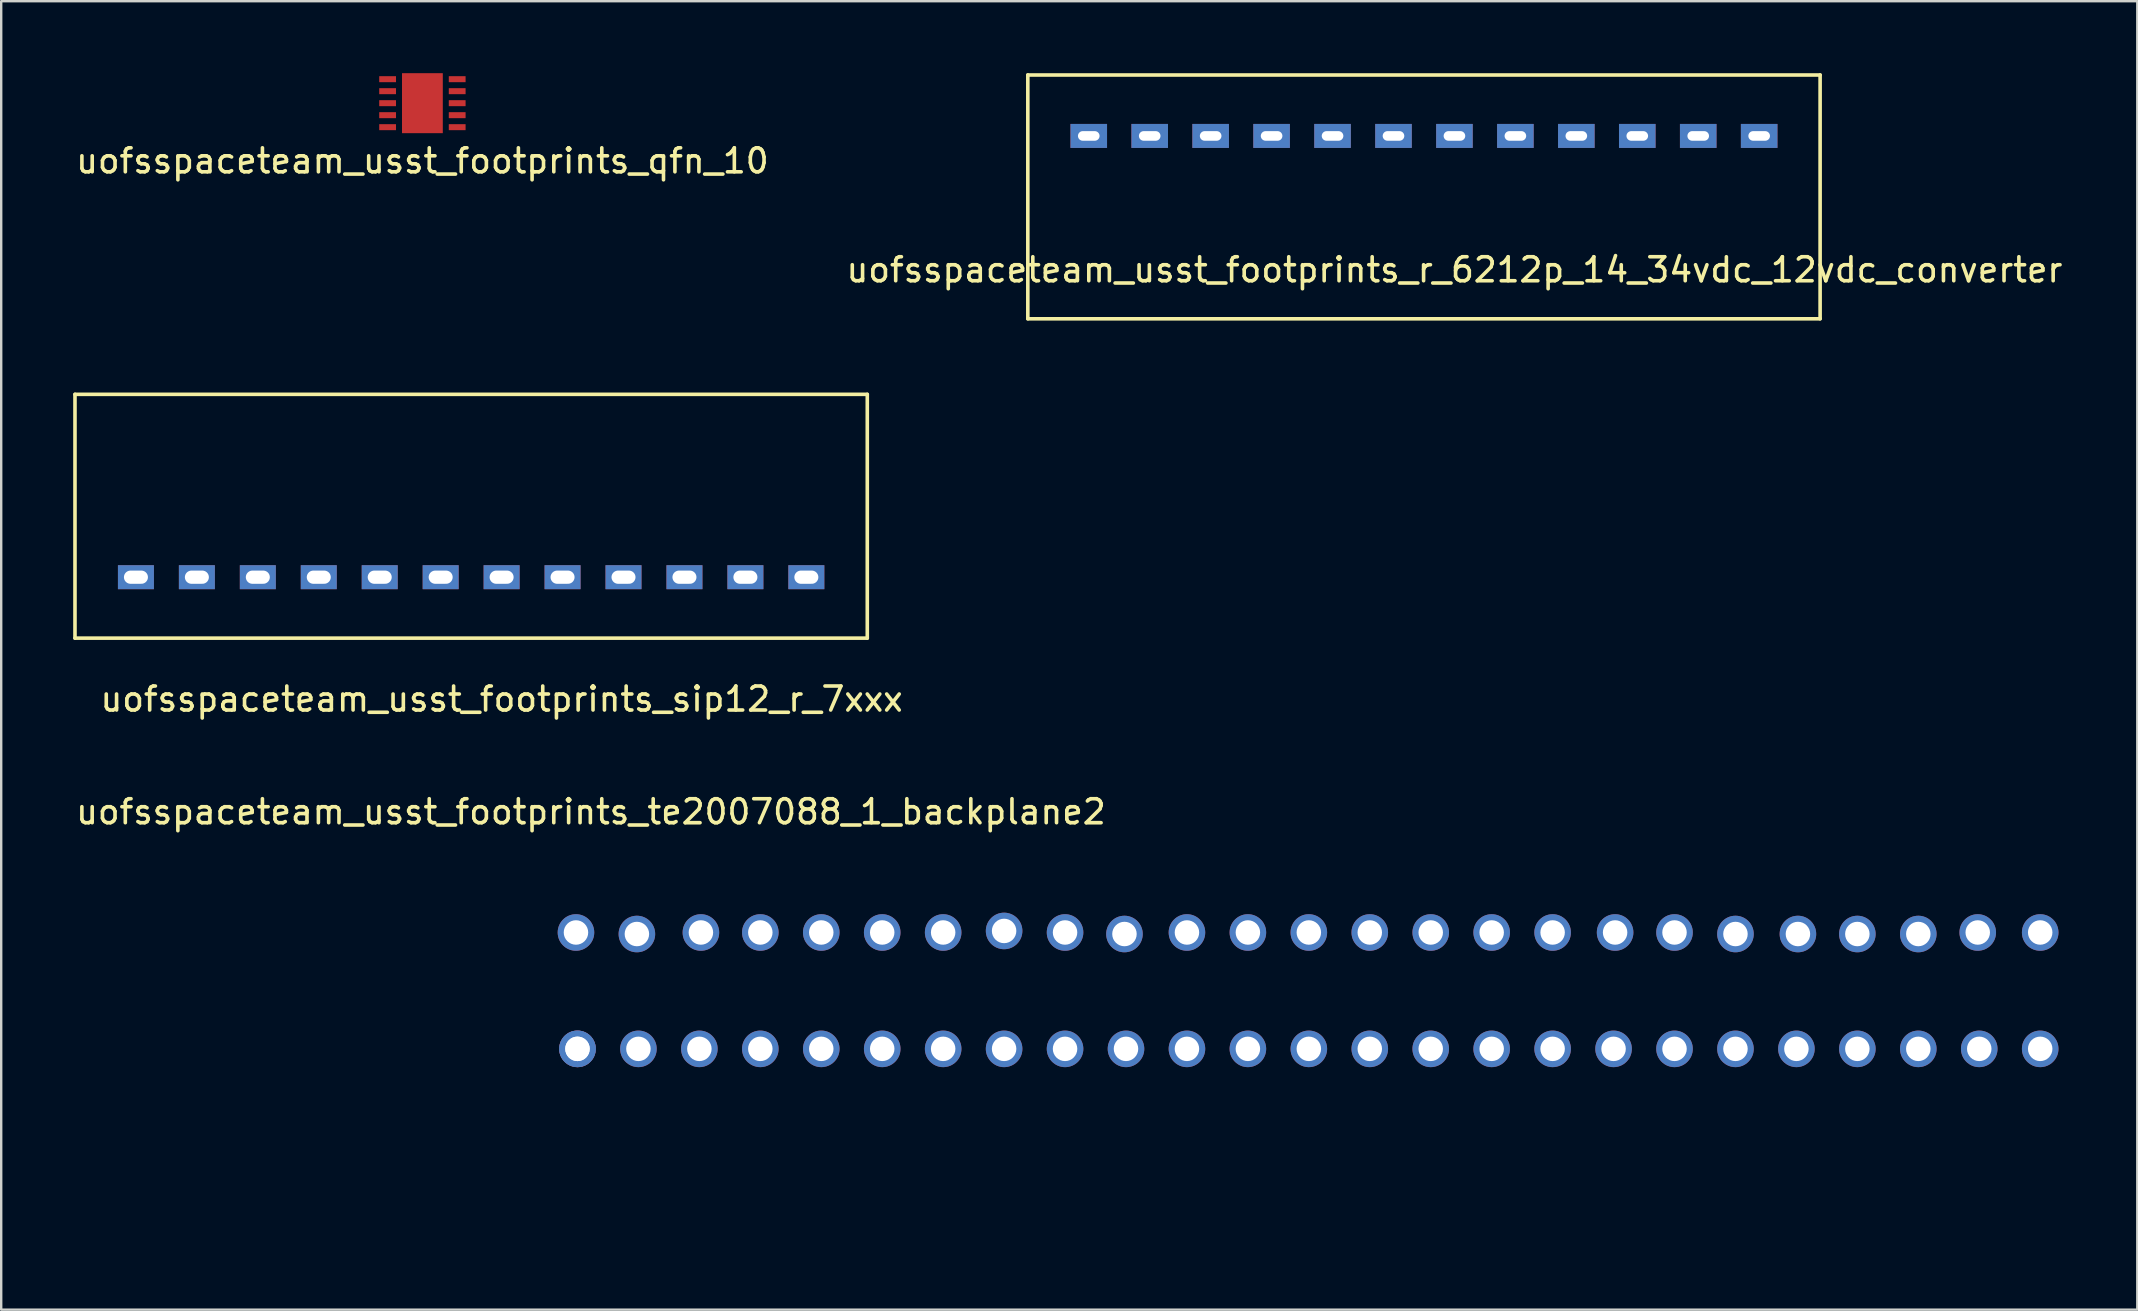
<source format=kicad_pcb>
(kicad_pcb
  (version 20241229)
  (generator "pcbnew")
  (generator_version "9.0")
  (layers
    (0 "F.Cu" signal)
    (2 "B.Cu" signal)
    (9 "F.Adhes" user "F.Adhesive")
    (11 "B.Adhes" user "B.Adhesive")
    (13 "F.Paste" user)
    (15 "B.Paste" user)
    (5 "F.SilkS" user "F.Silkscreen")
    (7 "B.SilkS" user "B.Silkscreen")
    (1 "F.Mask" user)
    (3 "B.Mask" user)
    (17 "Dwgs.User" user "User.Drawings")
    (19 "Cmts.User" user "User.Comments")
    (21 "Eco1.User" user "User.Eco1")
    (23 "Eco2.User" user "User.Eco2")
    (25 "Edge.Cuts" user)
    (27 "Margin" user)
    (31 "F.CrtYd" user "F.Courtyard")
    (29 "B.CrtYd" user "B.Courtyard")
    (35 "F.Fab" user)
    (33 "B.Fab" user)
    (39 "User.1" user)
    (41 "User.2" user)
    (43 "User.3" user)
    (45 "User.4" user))
  (footprint "uofsspaceteam_usst_footprints_te2007088_1_backplane2"
    (layer "F.Cu")
    (at 56.577 48.282)
    (property "Reference" "uofsspaceteam_usst_footprints_te2007088_1_backplane2" (at -35 -17.5 0) (layer "F.SilkS") (effects (font (size 1 1) (thickness 0.15))))
    (attr through_hole)
    (pad "1" thru_hole circle (at -35.623 -12.47) (size 1.524 1.524) (drill 1.02) (layers "*.Cu" "*.Mask"))
    (pad "1" thru_hole circle (at -33.084 -12.406) (size 1.524 1.524) (drill 1.02) (layers "*.Cu" "*.Mask"))
    (pad "1" thru_hole circle (at -30.416 -12.47) (size 1.524 1.524) (drill 1.02) (layers "*.Cu" "*.Mask"))
    (pad "2" thru_hole circle (at -27.94 -12.47) (size 1.524 1.524) (drill 1.02) (layers "*.Cu" "*.Mask"))
    (pad "2" thru_hole circle (at -25.4 -12.47) (size 1.524 1.524) (drill 1.02) (layers "*.Cu" "*.Mask"))
    (pad "2" thru_hole circle (at -22.86 -12.47) (size 1.524 1.524) (drill 1.02) (layers "*.Cu" "*.Mask"))
    (pad "3" thru_hole circle (at -20.32 -12.47) (size 1.524 1.524) (drill 1.02) (layers "*.Cu" "*.Mask"))
    (pad "3" thru_hole circle (at -17.78 -12.534) (size 1.524 1.524) (drill 1.02) (layers "*.Cu" "*.Mask"))
    (pad "3" thru_hole circle (at -15.24 -12.47) (size 1.524 1.524) (drill 1.02) (layers "*.Cu" "*.Mask"))
    (pad "4" thru_hole circle (at -12.764 -12.406) (size 1.524 1.524) (drill 1.02) (layers "*.Cu" "*.Mask"))
    (pad "4" thru_hole circle (at -10.16 -12.47) (size 1.524 1.524) (drill 1.02) (layers "*.Cu" "*.Mask"))
    (pad "4" thru_hole circle (at -7.62 -12.47) (size 1.524 1.524) (drill 1.02) (layers "*.Cu" "*.Mask"))
    (pad "5" thru_hole circle (at -5.08 -12.47) (size 1.524 1.524) (drill 1.02) (layers "*.Cu" "*.Mask"))
    (pad "5" thru_hole circle (at -2.54 -12.47) (size 1.524 1.524) (drill 1.02) (layers "*.Cu" "*.Mask"))
    (pad "5" thru_hole circle (at 0 -12.47) (size 1.524 1.524) (drill 1.02) (layers "*.Cu" "*.Mask"))
    (pad "6" thru_hole circle (at 2.54 -12.47) (size 1.524 1.524) (drill 1.02) (layers "*.Cu" "*.Mask"))
    (pad "7" thru_hole circle (at 5.08 -12.47) (size 1.524 1.524) (drill 1.02) (layers "*.Cu" "*.Mask"))
    (pad "8" thru_hole circle (at 7.684 -12.47) (size 1.524 1.524) (drill 1.02) (layers "*.Cu" "*.Mask"))
    (pad "9" thru_hole circle (at 10.16 -12.47) (size 1.524 1.524) (drill 1.02) (layers "*.Cu" "*.Mask"))
    (pad "10" thru_hole circle (at 12.7 -12.406) (size 1.524 1.524) (drill 1.02) (layers "*.Cu" "*.Mask"))
    (pad "11" thru_hole circle (at 15.303 -12.406) (size 1.524 1.524) (drill 1.02) (layers "*.Cu" "*.Mask"))
    (pad "12" thru_hole circle (at 17.78 -12.406) (size 1.524 1.524) (drill 1.02) (layers "*.Cu" "*.Mask"))
    (pad "13" thru_hole circle (at 20.32 -12.406) (size 1.524 1.524) (drill 1.02) (layers "*.Cu" "*.Mask"))
    (pad "14" thru_hole circle (at 22.797 -12.47) (size 1.524 1.524) (drill 1.02) (layers "*.Cu" "*.Mask"))
    (pad "15" thru_hole circle (at 25.4 -12.47) (size 1.524 1.524) (drill 1.02) (layers "*.Cu" "*.Mask"))
    (pad "16" thru_hole circle (at 25.4 -7.62) (size 1.524 1.524) (drill 1.02) (layers "*.Cu" "*.Mask"))
    (pad "17" thru_hole circle (at 22.86 -7.62) (size 1.524 1.524) (drill 1.02) (layers "*.Cu" "*.Mask"))
    (pad "18" thru_hole circle (at 20.32 -7.62) (size 1.524 1.524) (drill 1.02) (layers "*.Cu" "*.Mask"))
    (pad "19" thru_hole circle (at 17.78 -7.62) (size 1.524 1.524) (drill 1.02) (layers "*.Cu" "*.Mask"))
    (pad "20" thru_hole circle (at 15.24 -7.62) (size 1.524 1.524) (drill 1.02) (layers "*.Cu" "*.Mask"))
    (pad "21" thru_hole circle (at 12.7 -7.62) (size 1.524 1.524) (drill 1.02) (layers "*.Cu" "*.Mask"))
    (pad "22" thru_hole circle (at 10.16 -7.62) (size 1.524 1.524) (drill 1.02) (layers "*.Cu" "*.Mask"))
    (pad "23" thru_hole circle (at 7.62 -7.62) (size 1.524 1.524) (drill 1.02) (layers "*.Cu" "*.Mask"))
    (pad "24" thru_hole circle (at 5.08 -7.62) (size 1.524 1.524) (drill 1.02) (layers "*.Cu" "*.Mask"))
    (pad "25" thru_hole circle (at 2.54 -7.62) (size 1.524 1.524) (drill 1.02) (layers "*.Cu" "*.Mask"))
    (pad "26" thru_hole circle (at -5.08 -7.62) (size 1.524 1.524) (drill 1.02) (layers "*.Cu" "*.Mask"))
    (pad "26" thru_hole circle (at -2.54 -7.62) (size 1.524 1.524) (drill 1.02) (layers "*.Cu" "*.Mask"))
    (pad "26" thru_hole circle (at 0 -7.62) (size 1.524 1.524) (drill 1.02) (layers "*.Cu" "*.Mask"))
    (pad "27" thru_hole circle (at -12.7 -7.62) (size 1.524 1.524) (drill 1.02) (layers "*.Cu" "*.Mask"))
    (pad "27" thru_hole circle (at -10.16 -7.62) (size 1.524 1.524) (drill 1.02) (layers "*.Cu" "*.Mask"))
    (pad "27" thru_hole circle (at -7.62 -7.62) (size 1.524 1.524) (drill 1.02) (layers "*.Cu" "*.Mask"))
    (pad "28" thru_hole circle (at -20.32 -7.62) (size 1.524 1.524) (drill 1.02) (layers "*.Cu" "*.Mask"))
    (pad "28" thru_hole circle (at -17.78 -7.62) (size 1.524 1.524) (drill 1.02) (layers "*.Cu" "*.Mask"))
    (pad "28" thru_hole circle (at -15.24 -7.62) (size 1.524 1.524) (drill 1.02) (layers "*.Cu" "*.Mask"))
    (pad "29" thru_hole circle (at -27.94 -7.62) (size 1.524 1.524) (drill 1.02) (layers "*.Cu" "*.Mask"))
    (pad "29" thru_hole circle (at -25.4 -7.62) (size 1.524 1.524) (drill 1.02) (layers "*.Cu" "*.Mask"))
    (pad "29" thru_hole circle (at -22.86 -7.62) (size 1.524 1.524) (drill 1.02) (layers "*.Cu" "*.Mask"))
    (pad "30" thru_hole circle (at -35.56 -7.62) (size 1.524 1.524) (drill 1.02) (layers "*.Cu" "*.Mask"))
    (pad "30" thru_hole circle (at -35.56 -7.62) (size 1.524 1.524) (drill 1.02) (layers "*.Cu" "*.Mask"))
    (pad "30" thru_hole circle (at -33.02 -7.62) (size 1.524 1.524) (drill 1.02) (layers "*.Cu" "*.Mask"))
    (pad "30" thru_hole circle (at -30.48 -7.62) (size 1.524 1.524) (drill 1.02) (layers "*.Cu" "*.Mask")))
  (footprint "uofsspaceteam_usst_footprints_qfn_10"
    (layer "F.Cu")
    (at 14.554 3.155)
    (property "Reference" "uofsspaceteam_usst_footprints_qfn_10" (at 0 0.5 0) (layer "F.SilkS") (effects (font (size 1 1) (thickness 0.15))))
    (attr through_hole)
    (pad "1" smd rect (at -1.45 -2.905) (size 0.7 0.25) (layers "F.Cu" "F.Mask" "F.Paste"))
    (pad "2" smd rect (at -1.45 -2.405) (size 0.7 0.25) (layers "F.Cu" "F.Mask" "F.Paste"))
    (pad "3" smd rect (at -1.45 -1.905) (size 0.7 0.25) (layers "F.Cu" "F.Mask" "F.Paste"))
    (pad "4" smd rect (at -1.45 -1.405) (size 0.7 0.25) (layers "F.Cu" "F.Mask" "F.Paste"))
    (pad "5" smd rect (at -1.45 -0.905) (size 0.7 0.25) (layers "F.Cu" "F.Mask" "F.Paste"))
    (pad "6" smd rect (at 1.45 -0.905) (size 0.7 0.25) (layers "F.Cu" "F.Mask" "F.Paste"))
    (pad "7" smd rect (at 1.45 -1.405) (size 0.7 0.25) (layers "F.Cu" "F.Mask" "F.Paste"))
    (pad "8" smd rect (at 1.45 -1.905) (size 0.7 0.25) (layers "F.Cu" "F.Mask" "F.Paste"))
    (pad "9" smd rect (at 1.45 -2.405) (size 0.7 0.25) (layers "F.Cu" "F.Mask" "F.Paste"))
    (pad "10" smd rect (at 1.45 -2.905) (size 0.7 0.25) (layers "F.Cu" "F.Mask" "F.Paste"))
    (pad "GND" smd rect (at 0 -1.905) (size 1.7 2.5) (layers "F.Cu" "F.Mask" "F.Paste")))
  (footprint "uofsspaceteam_usst_footprints_sip12_r_7xxx"
    (layer "F.Cu")
    (at 17.855 26.085)
    (property "Reference" "uofsspaceteam_usst_footprints_sip12_r_7xxx" (at 0 0 0) (layer "F.SilkS") (effects (font (size 1 1) (thickness 0.15))))
    (attr through_hole)
    (fp_line (start -17.78 -12.7) (end 15.24 -12.7) (stroke (width 0.15) (type solid)) (layer "F.SilkS"))
    (fp_line (start -17.78 -2.54) (end -17.78 -12.7) (stroke (width 0.15) (type solid)) (layer "F.SilkS"))
    (fp_line (start 15.24 -12.7) (end 15.24 -2.54) (stroke (width 0.15) (type solid)) (layer "F.SilkS"))
    (fp_line (start 15.24 -2.54) (end -17.78 -2.54) (stroke (width 0.15) (type solid)) (layer "F.SilkS"))
    (pad "1" thru_hole rect (at -15.24 -5.08) (size 1.5 1) (drill oval 1 0.55) (layers "*.Cu" "*.Mask"))
    (pad "2" thru_hole rect (at -12.7 -5.08) (size 1.5 1) (drill oval 1 0.55) (layers "*.Cu" "*.Mask"))
    (pad "3" thru_hole rect (at -10.16 -5.08) (size 1.5 1) (drill oval 1 0.55) (layers "*.Cu" "*.Mask"))
    (pad "4" thru_hole rect (at -7.62 -5.08) (size 1.5 1) (drill oval 1 0.55) (layers "*.Cu" "*.Mask"))
    (pad "5" thru_hole rect (at -5.08 -5.08) (size 1.5 1) (drill oval 1 0.55) (layers "*.Cu" "*.Mask"))
    (pad "6" thru_hole rect (at -2.54 -5.08) (size 1.5 1) (drill oval 1 0.55) (layers "*.Cu" "*.Mask"))
    (pad "7" thru_hole rect (at 0 -5.08) (size 1.5 1) (drill oval 1 0.55) (layers "*.Cu" "*.Mask"))
    (pad "8" thru_hole rect (at 2.54 -5.08) (size 1.5 1) (drill oval 1 0.55) (layers "*.Cu" "*.Mask"))
    (pad "9" thru_hole rect (at 5.08 -5.08) (size 1.5 1) (drill oval 1 0.55) (layers "*.Cu" "*.Mask"))
    (pad "10" thru_hole rect (at 7.62 -5.08) (size 1.5 1) (drill oval 1 0.55) (layers "*.Cu" "*.Mask"))
    (pad "11" thru_hole rect (at 10.16 -5.08) (size 1.5 1) (drill oval 1 0.55) (layers "*.Cu" "*.Mask"))
    (pad "12" thru_hole rect (at 12.7 -5.08) (size 1.5 1) (drill oval 1 0.55) (layers "*.Cu" "*.Mask")))
  (footprint "uofsspaceteam_usst_footprints_r_6212p_14_34vdc_12vdc_converter"
    (layer "F.Cu")
    (at 57.565 7.695)
    (property "Reference" "uofsspaceteam_usst_footprints_r_6212p_14_34vdc_12vdc_converter" (at 0 0.5 0) (layer "F.SilkS") (effects (font (size 1 1) (thickness 0.15))))
    (attr through_hole)
    (fp_line (start -17.78 -7.62) (end 15.24 -7.62) (stroke (width 0.15) (type solid)) (layer "F.SilkS"))
    (fp_line (start -17.78 2.54) (end -17.78 -7.62) (stroke (width 0.15) (type solid)) (layer "F.SilkS"))
    (fp_line (start 15.24 -7.62) (end 15.24 2.54) (stroke (width 0.15) (type solid)) (layer "F.SilkS"))
    (fp_line (start 15.24 2.54) (end -17.78 2.54) (stroke (width 0.15) (type solid)) (layer "F.SilkS"))
    (pad "1" thru_hole rect (at -15.24 -5.08) (size 1.524 1) (drill oval 0.9 0.4) (layers "*.Cu" "*.Mask"))
    (pad "2" thru_hole rect (at -12.7 -5.08) (size 1.524 1) (drill oval 0.9 0.4) (layers "*.Cu" "*.Mask"))
    (pad "3" thru_hole rect (at -10.16 -5.08) (size 1.524 1) (drill oval 0.9 0.4) (layers "*.Cu" "*.Mask"))
    (pad "4" thru_hole rect (at -7.62 -5.08) (size 1.524 1) (drill oval 0.9 0.4) (layers "*.Cu" "*.Mask"))
    (pad "5" thru_hole rect (at -5.08 -5.08) (size 1.524 1) (drill oval 0.9 0.4) (layers "*.Cu" "*.Mask"))
    (pad "6" thru_hole rect (at -2.54 -5.08) (size 1.524 1) (drill oval 0.9 0.4) (layers "*.Cu" "*.Mask"))
    (pad "7" thru_hole rect (at 0 -5.08) (size 1.524 1) (drill oval 0.9 0.4) (layers "*.Cu" "*.Mask"))
    (pad "8" thru_hole rect (at 2.54 -5.08) (size 1.524 1) (drill oval 0.9 0.4) (layers "*.Cu" "*.Mask"))
    (pad "9" thru_hole rect (at 5.08 -5.08) (size 1.524 1) (drill oval 0.9 0.4) (layers "*.Cu" "*.Mask"))
    (pad "10" thru_hole rect (at 7.62 -5.08) (size 1.524 1) (drill oval 0.9 0.4) (layers "*.Cu" "*.Mask"))
    (pad "11" thru_hole rect (at 10.16 -5.08) (size 1.524 1) (drill oval 0.9 0.4) (layers "*.Cu" "*.Mask"))
    (pad "12" thru_hole rect (at 12.7 -5.08) (size 1.524 1) (drill oval 0.9 0.4) (layers "*.Cu" "*.Mask")))
  (gr_rect
    (start -3 -3)
    (end 86.024 51.532)
    (stroke (width 0.1) (type default))
    (fill no)
    (layer "Edge.Cuts")))
</source>
